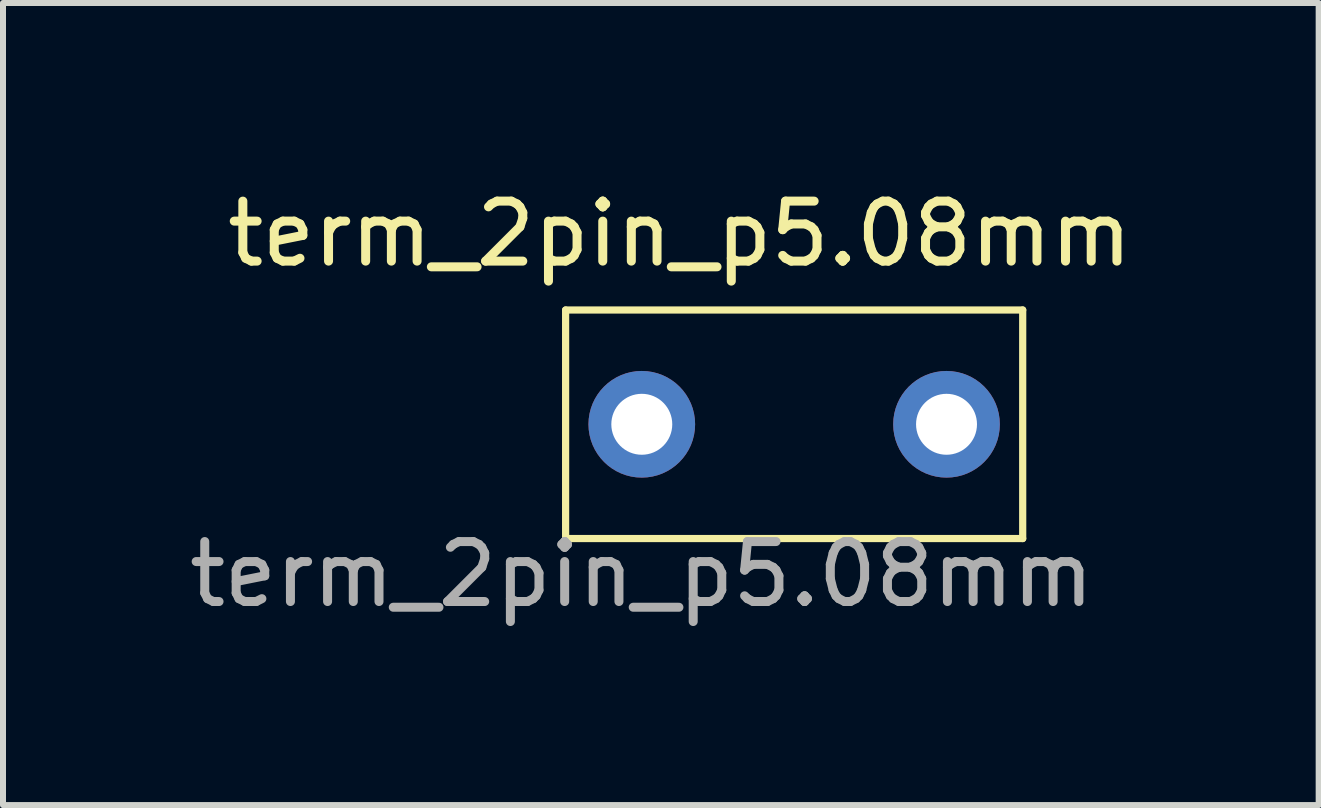
<source format=kicad_pcb>
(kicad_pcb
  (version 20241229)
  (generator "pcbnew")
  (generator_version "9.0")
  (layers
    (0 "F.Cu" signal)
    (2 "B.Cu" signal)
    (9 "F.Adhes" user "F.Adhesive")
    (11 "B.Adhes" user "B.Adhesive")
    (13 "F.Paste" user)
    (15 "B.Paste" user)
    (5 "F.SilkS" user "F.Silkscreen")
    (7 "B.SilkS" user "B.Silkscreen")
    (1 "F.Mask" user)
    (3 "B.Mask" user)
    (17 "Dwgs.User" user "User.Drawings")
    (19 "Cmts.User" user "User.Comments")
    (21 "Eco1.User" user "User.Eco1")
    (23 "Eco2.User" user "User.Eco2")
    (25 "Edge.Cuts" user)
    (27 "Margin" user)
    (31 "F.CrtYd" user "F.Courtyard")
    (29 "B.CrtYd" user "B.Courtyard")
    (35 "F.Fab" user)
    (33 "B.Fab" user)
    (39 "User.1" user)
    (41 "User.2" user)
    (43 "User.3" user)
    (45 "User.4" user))
  (footprint "term_2pin_p5.08mm"
    (layer "F.Cu")
    (at 7.649 4.023)
    (property "Reference" "term_2pin_p5.08mm" (at 0.635 -3.175 0) (unlocked yes) (layer "F.SilkS") (effects (font (size 1 1) (thickness 0.15))))
    (attr through_hole)
    (fp_line (start -1.27 -1.905) (end 6.35 -1.905) (stroke (width 0.12) (type default)) (layer "F.SilkS"))
    (fp_line (start -1.27 1.905) (end -1.27 -1.905) (stroke (width 0.12) (type default)) (layer "F.SilkS"))
    (fp_line (start 6.35 -1.905) (end 6.35 1.905) (stroke (width 0.12) (type default)) (layer "F.SilkS"))
    (fp_line (start 6.35 1.905) (end -1.27 1.905) (stroke (width 0.12) (type default)) (layer "F.SilkS"))
    (fp_text user "${REFERENCE}" (at 0 2.5 0) (unlocked yes) (layer "F.Fab") (effects (font (size 1 1) (thickness 0.15))))
    (pad "1" thru_hole circle (at 0 0) (size 1.778 1.778) (drill 1.016) (layers "*.Cu" "*.Mask"))
    (pad "2" thru_hole circle (at 5.08 0) (size 1.778 1.778) (drill 1.016) (layers "*.Cu" "*.Mask")))
  (gr_rect
    (start -3 -3)
    (end 18.933 10.371)
    (stroke (width 0.1) (type default))
    (fill no)
    (layer "Edge.Cuts")))
</source>
